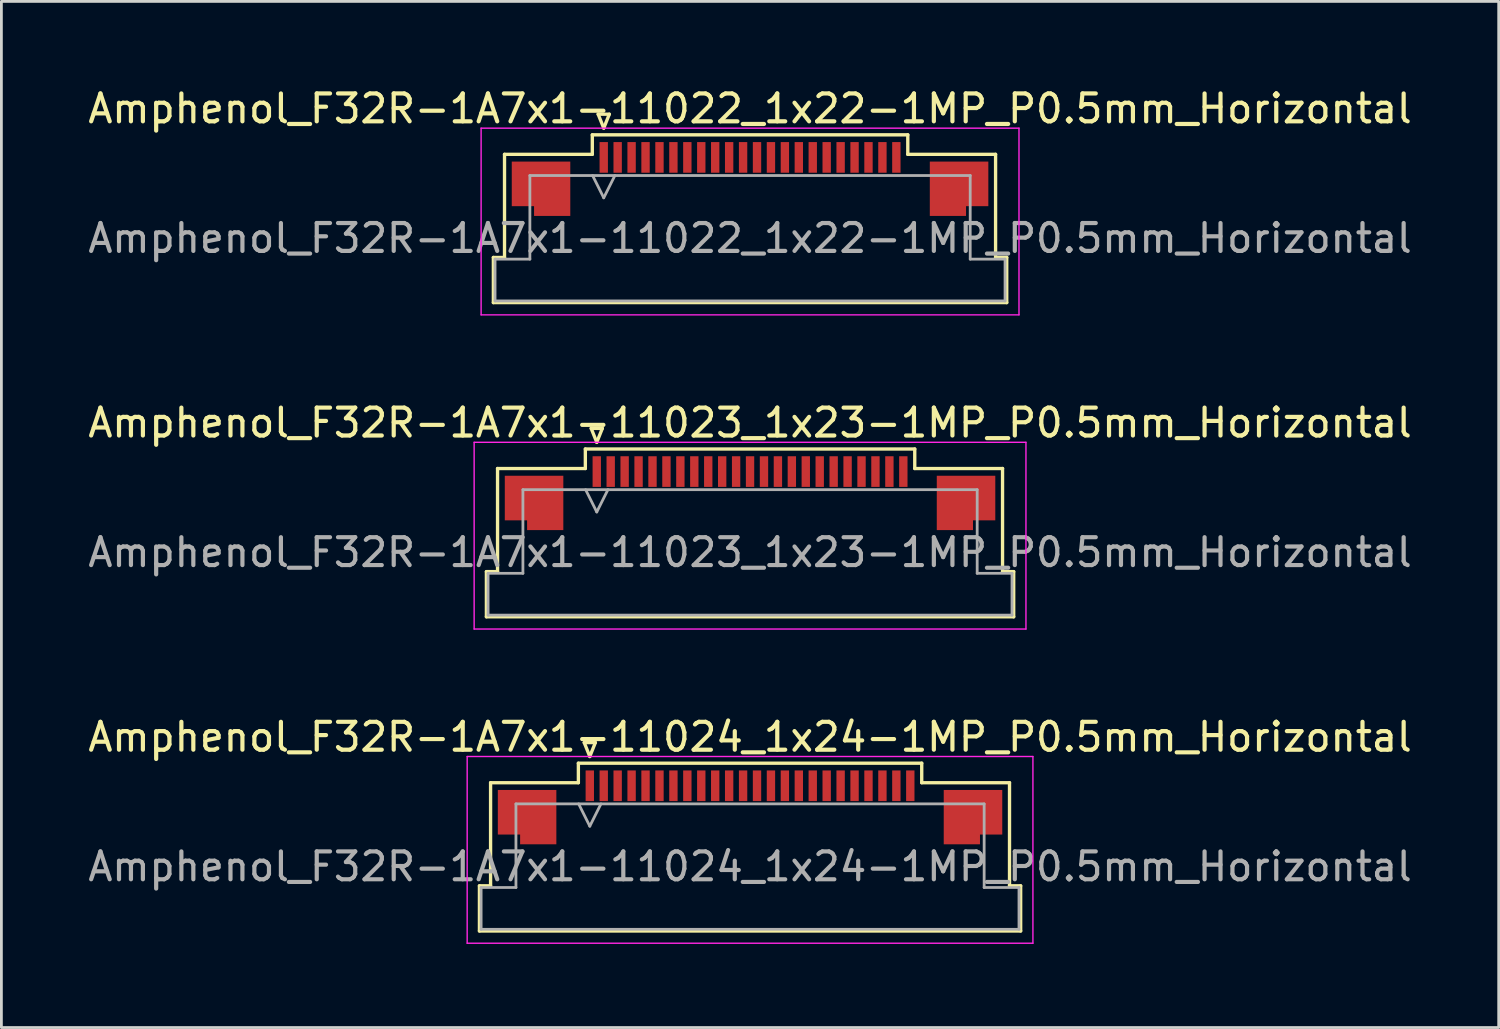
<source format=kicad_pcb>
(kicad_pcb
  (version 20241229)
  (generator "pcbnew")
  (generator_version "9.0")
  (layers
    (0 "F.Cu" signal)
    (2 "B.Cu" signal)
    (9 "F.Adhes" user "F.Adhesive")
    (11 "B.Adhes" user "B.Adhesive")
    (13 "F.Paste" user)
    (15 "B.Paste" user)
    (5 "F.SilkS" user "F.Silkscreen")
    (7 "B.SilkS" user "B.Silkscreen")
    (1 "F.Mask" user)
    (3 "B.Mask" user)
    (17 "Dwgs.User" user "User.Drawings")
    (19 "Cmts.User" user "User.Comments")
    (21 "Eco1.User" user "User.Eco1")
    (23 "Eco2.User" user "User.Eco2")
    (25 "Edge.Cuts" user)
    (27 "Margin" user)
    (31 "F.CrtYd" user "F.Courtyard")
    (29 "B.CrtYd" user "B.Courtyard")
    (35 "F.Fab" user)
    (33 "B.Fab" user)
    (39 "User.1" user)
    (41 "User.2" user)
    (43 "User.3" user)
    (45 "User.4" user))
  (footprint "Amphenol_F32R-1A7x1-11022_1x22-1MP_P0.5mm_Horizontal"
    (layer "F.Cu")
    (at 23.863 5.498)
    (property "Reference" "Amphenol_F32R-1A7x1-11022_1x22-1MP_P0.5mm_Horizontal" (at 0 -4.65 0) (layer "F.SilkS") (effects (font (size 1 1) (thickness 0.15))))
    (attr smd)
    (fp_line (start -9.21 0.69) (end -8.81 0.69) (stroke (width 0.12) (type solid)) (layer "F.SilkS"))
    (fp_line (start -9.21 2.31) (end -9.21 0.69) (stroke (width 0.12) (type solid)) (layer "F.SilkS"))
    (fp_line (start -8.81 -3.01) (end -5.66 -3.01) (stroke (width 0.12) (type solid)) (layer "F.SilkS"))
    (fp_line (start -8.81 0.69) (end -8.81 -3.01) (stroke (width 0.12) (type solid)) (layer "F.SilkS"))
    (fp_line (start -5.66 -3.71) (end 5.66 -3.71) (stroke (width 0.12) (type solid)) (layer "F.SilkS"))
    (fp_line (start -5.66 -3.01) (end -5.66 -3.71) (stroke (width 0.12) (type solid)) (layer "F.SilkS"))
    (fp_line (start -5.45 -4.45) (end -5.25 -3.95) (stroke (width 0.12) (type solid)) (layer "F.SilkS"))
    (fp_line (start -5.25 -3.95) (end -5.05 -4.45) (stroke (width 0.12) (type solid)) (layer "F.SilkS"))
    (fp_line (start -5.05 -4.45) (end -5.45 -4.45) (stroke (width 0.12) (type solid)) (layer "F.SilkS"))
    (fp_line (start 5.66 -3.71) (end 5.66 -3.01) (stroke (width 0.12) (type solid)) (layer "F.SilkS"))
    (fp_line (start 5.66 -3.01) (end 8.81 -3.01) (stroke (width 0.12) (type solid)) (layer "F.SilkS"))
    (fp_line (start 8.81 -3.01) (end 8.81 0.69) (stroke (width 0.12) (type solid)) (layer "F.SilkS"))
    (fp_line (start 8.81 0.69) (end 9.21 0.69) (stroke (width 0.12) (type solid)) (layer "F.SilkS"))
    (fp_line (start 9.21 0.69) (end 9.21 2.31) (stroke (width 0.12) (type solid)) (layer "F.SilkS"))
    (fp_line (start 9.21 2.31) (end -9.21 2.31) (stroke (width 0.12) (type solid)) (layer "F.SilkS"))
    (fp_line (start -9.65 -3.95) (end -9.65 2.75) (stroke (width 0.05) (type solid)) (layer "F.CrtYd"))
    (fp_line (start -9.65 2.75) (end 9.65 2.75) (stroke (width 0.05) (type solid)) (layer "F.CrtYd"))
    (fp_line (start 9.65 -3.95) (end -9.65 -3.95) (stroke (width 0.05) (type solid)) (layer "F.CrtYd"))
    (fp_line (start 9.65 2.75) (end 9.65 -3.95) (stroke (width 0.05) (type solid)) (layer "F.CrtYd"))
    (fp_line (start -9.15 0.75) (end -7.9 0.75) (stroke (width 0.1) (type solid)) (layer "F.Fab"))
    (fp_line (start -9.15 2.25) (end -9.15 0.75) (stroke (width 0.1) (type solid)) (layer "F.Fab"))
    (fp_line (start -7.9 -2.25) (end 7.9 -2.25) (stroke (width 0.1) (type solid)) (layer "F.Fab"))
    (fp_line (start -7.9 0.75) (end -7.9 -2.25) (stroke (width 0.1) (type solid)) (layer "F.Fab"))
    (fp_line (start -5.65 -2.25) (end -5.25 -1.45) (stroke (width 0.1) (type solid)) (layer "F.Fab"))
    (fp_line (start -5.25 -1.45) (end -4.85 -2.25) (stroke (width 0.1) (type solid)) (layer "F.Fab"))
    (fp_line (start 7.9 -2.25) (end 7.9 0.75) (stroke (width 0.1) (type solid)) (layer "F.Fab"))
    (fp_line (start 7.9 0.75) (end 9.15 0.75) (stroke (width 0.1) (type solid)) (layer "F.Fab"))
    (fp_line (start 9.15 0.75) (end 9.15 2.25) (stroke (width 0.1) (type solid)) (layer "F.Fab"))
    (fp_line (start 9.15 2.25) (end -9.15 2.25) (stroke (width 0.1) (type solid)) (layer "F.Fab"))
    (fp_text user "${REFERENCE}" (at 0 0 0) (layer "F.Fab") (effects (font (size 1 1) (thickness 0.15))))
    (pad "1" smd rect (at -5.25 -2.9) (size 0.3 1.1) (layers "F.Cu" "F.Mask" "F.Paste"))
    (pad "2" smd rect (at -4.75 -2.9) (size 0.3 1.1) (layers "F.Cu" "F.Mask" "F.Paste"))
    (pad "3" smd rect (at -4.25 -2.9) (size 0.3 1.1) (layers "F.Cu" "F.Mask" "F.Paste"))
    (pad "4" smd rect (at -3.75 -2.9) (size 0.3 1.1) (layers "F.Cu" "F.Mask" "F.Paste"))
    (pad "5" smd rect (at -3.25 -2.9) (size 0.3 1.1) (layers "F.Cu" "F.Mask" "F.Paste"))
    (pad "6" smd rect (at -2.75 -2.9) (size 0.3 1.1) (layers "F.Cu" "F.Mask" "F.Paste"))
    (pad "7" smd rect (at -2.25 -2.9) (size 0.3 1.1) (layers "F.Cu" "F.Mask" "F.Paste"))
    (pad "8" smd rect (at -1.75 -2.9) (size 0.3 1.1) (layers "F.Cu" "F.Mask" "F.Paste"))
    (pad "9" smd rect (at -1.25 -2.9) (size 0.3 1.1) (layers "F.Cu" "F.Mask" "F.Paste"))
    (pad "10" smd rect (at -0.75 -2.9) (size 0.3 1.1) (layers "F.Cu" "F.Mask" "F.Paste"))
    (pad "11" smd rect (at -0.25 -2.9) (size 0.3 1.1) (layers "F.Cu" "F.Mask" "F.Paste"))
    (pad "12" smd rect (at 0.25 -2.9) (size 0.3 1.1) (layers "F.Cu" "F.Mask" "F.Paste"))
    (pad "13" smd rect (at 0.75 -2.9) (size 0.3 1.1) (layers "F.Cu" "F.Mask" "F.Paste"))
    (pad "14" smd rect (at 1.25 -2.9) (size 0.3 1.1) (layers "F.Cu" "F.Mask" "F.Paste"))
    (pad "15" smd rect (at 1.75 -2.9) (size 0.3 1.1) (layers "F.Cu" "F.Mask" "F.Paste"))
    (pad "16" smd rect (at 2.25 -2.9) (size 0.3 1.1) (layers "F.Cu" "F.Mask" "F.Paste"))
    (pad "17" smd rect (at 2.75 -2.9) (size 0.3 1.1) (layers "F.Cu" "F.Mask" "F.Paste"))
    (pad "18" smd rect (at 3.25 -2.9) (size 0.3 1.1) (layers "F.Cu" "F.Mask" "F.Paste"))
    (pad "19" smd rect (at 3.75 -2.9) (size 0.3 1.1) (layers "F.Cu" "F.Mask" "F.Paste"))
    (pad "20" smd rect (at 4.25 -2.9) (size 0.3 1.1) (layers "F.Cu" "F.Mask" "F.Paste"))
    (pad "21" smd rect (at 4.75 -2.9) (size 0.3 1.1) (layers "F.Cu" "F.Mask" "F.Paste"))
    (pad "22" smd rect (at 5.25 -2.9) (size 0.3 1.1) (layers "F.Cu" "F.Mask" "F.Paste"))
    (pad "MP" smd custom (at -7.5 -1.775) (size 1 1) (layers "F.Cu" "F.Mask" "F.Paste") (options (anchor circle)) (primitives (gr_poly (pts (xy 1.05 -0.975) (xy 1.05 0.975) (xy -0.25 0.975) (xy -0.25 0.625) (xy -1.05 0.625) (xy -1.05 -0.975) (xy 1.05 -0.975)) (width 0) (fill yes))))
    (pad "MP" smd custom (at 7.5 -1.775) (size 1 1) (layers "F.Cu" "F.Mask" "F.Paste") (options (anchor circle)) (primitives (gr_poly (pts (xy -1.05 -0.975) (xy -1.05 0.975) (xy 0.25 0.975) (xy 0.25 0.625) (xy 1.05 0.625) (xy 1.05 -0.975) (xy -1.05 -0.975)) (width 0) (fill yes)))))
  (footprint "Amphenol_F32R-1A7x1-11023_1x23-1MP_P0.5mm_Horizontal"
    (layer "F.Cu")
    (at 23.863 16.771)
    (property "Reference" "Amphenol_F32R-1A7x1-11023_1x23-1MP_P0.5mm_Horizontal" (at 0 -4.65 0) (layer "F.SilkS") (effects (font (size 1 1) (thickness 0.15))))
    (attr smd)
    (fp_line (start -9.46 0.69) (end -9.06 0.69) (stroke (width 0.12) (type solid)) (layer "F.SilkS"))
    (fp_line (start -9.46 2.31) (end -9.46 0.69) (stroke (width 0.12) (type solid)) (layer "F.SilkS"))
    (fp_line (start -9.06 -3.01) (end -5.91 -3.01) (stroke (width 0.12) (type solid)) (layer "F.SilkS"))
    (fp_line (start -9.06 0.69) (end -9.06 -3.01) (stroke (width 0.12) (type solid)) (layer "F.SilkS"))
    (fp_line (start -5.91 -3.71) (end 5.91 -3.71) (stroke (width 0.12) (type solid)) (layer "F.SilkS"))
    (fp_line (start -5.91 -3.01) (end -5.91 -3.71) (stroke (width 0.12) (type solid)) (layer "F.SilkS"))
    (fp_line (start -5.7 -4.45) (end -5.5 -3.95) (stroke (width 0.12) (type solid)) (layer "F.SilkS"))
    (fp_line (start -5.5 -3.95) (end -5.3 -4.45) (stroke (width 0.12) (type solid)) (layer "F.SilkS"))
    (fp_line (start -5.3 -4.45) (end -5.7 -4.45) (stroke (width 0.12) (type solid)) (layer "F.SilkS"))
    (fp_line (start 5.91 -3.71) (end 5.91 -3.01) (stroke (width 0.12) (type solid)) (layer "F.SilkS"))
    (fp_line (start 5.91 -3.01) (end 9.06 -3.01) (stroke (width 0.12) (type solid)) (layer "F.SilkS"))
    (fp_line (start 9.06 -3.01) (end 9.06 0.69) (stroke (width 0.12) (type solid)) (layer "F.SilkS"))
    (fp_line (start 9.06 0.69) (end 9.46 0.69) (stroke (width 0.12) (type solid)) (layer "F.SilkS"))
    (fp_line (start 9.46 0.69) (end 9.46 2.31) (stroke (width 0.12) (type solid)) (layer "F.SilkS"))
    (fp_line (start 9.46 2.31) (end -9.46 2.31) (stroke (width 0.12) (type solid)) (layer "F.SilkS"))
    (fp_line (start -9.9 -3.95) (end -9.9 2.75) (stroke (width 0.05) (type solid)) (layer "F.CrtYd"))
    (fp_line (start -9.9 2.75) (end 9.9 2.75) (stroke (width 0.05) (type solid)) (layer "F.CrtYd"))
    (fp_line (start 9.9 -3.95) (end -9.9 -3.95) (stroke (width 0.05) (type solid)) (layer "F.CrtYd"))
    (fp_line (start 9.9 2.75) (end 9.9 -3.95) (stroke (width 0.05) (type solid)) (layer "F.CrtYd"))
    (fp_line (start -9.4 0.75) (end -8.15 0.75) (stroke (width 0.1) (type solid)) (layer "F.Fab"))
    (fp_line (start -9.4 2.25) (end -9.4 0.75) (stroke (width 0.1) (type solid)) (layer "F.Fab"))
    (fp_line (start -8.15 -2.25) (end 8.15 -2.25) (stroke (width 0.1) (type solid)) (layer "F.Fab"))
    (fp_line (start -8.15 0.75) (end -8.15 -2.25) (stroke (width 0.1) (type solid)) (layer "F.Fab"))
    (fp_line (start -5.9 -2.25) (end -5.5 -1.45) (stroke (width 0.1) (type solid)) (layer "F.Fab"))
    (fp_line (start -5.5 -1.45) (end -5.1 -2.25) (stroke (width 0.1) (type solid)) (layer "F.Fab"))
    (fp_line (start 8.15 -2.25) (end 8.15 0.75) (stroke (width 0.1) (type solid)) (layer "F.Fab"))
    (fp_line (start 8.15 0.75) (end 9.4 0.75) (stroke (width 0.1) (type solid)) (layer "F.Fab"))
    (fp_line (start 9.4 0.75) (end 9.4 2.25) (stroke (width 0.1) (type solid)) (layer "F.Fab"))
    (fp_line (start 9.4 2.25) (end -9.4 2.25) (stroke (width 0.1) (type solid)) (layer "F.Fab"))
    (fp_text user "${REFERENCE}" (at 0 0 0) (layer "F.Fab") (effects (font (size 1 1) (thickness 0.15))))
    (pad "1" smd rect (at -5.5 -2.9) (size 0.3 1.1) (layers "F.Cu" "F.Mask" "F.Paste"))
    (pad "2" smd rect (at -5 -2.9) (size 0.3 1.1) (layers "F.Cu" "F.Mask" "F.Paste"))
    (pad "3" smd rect (at -4.5 -2.9) (size 0.3 1.1) (layers "F.Cu" "F.Mask" "F.Paste"))
    (pad "4" smd rect (at -4 -2.9) (size 0.3 1.1) (layers "F.Cu" "F.Mask" "F.Paste"))
    (pad "5" smd rect (at -3.5 -2.9) (size 0.3 1.1) (layers "F.Cu" "F.Mask" "F.Paste"))
    (pad "6" smd rect (at -3 -2.9) (size 0.3 1.1) (layers "F.Cu" "F.Mask" "F.Paste"))
    (pad "7" smd rect (at -2.5 -2.9) (size 0.3 1.1) (layers "F.Cu" "F.Mask" "F.Paste"))
    (pad "8" smd rect (at -2 -2.9) (size 0.3 1.1) (layers "F.Cu" "F.Mask" "F.Paste"))
    (pad "9" smd rect (at -1.5 -2.9) (size 0.3 1.1) (layers "F.Cu" "F.Mask" "F.Paste"))
    (pad "10" smd rect (at -1 -2.9) (size 0.3 1.1) (layers "F.Cu" "F.Mask" "F.Paste"))
    (pad "11" smd rect (at -0.5 -2.9) (size 0.3 1.1) (layers "F.Cu" "F.Mask" "F.Paste"))
    (pad "12" smd rect (at 0 -2.9) (size 0.3 1.1) (layers "F.Cu" "F.Mask" "F.Paste"))
    (pad "13" smd rect (at 0.5 -2.9) (size 0.3 1.1) (layers "F.Cu" "F.Mask" "F.Paste"))
    (pad "14" smd rect (at 1 -2.9) (size 0.3 1.1) (layers "F.Cu" "F.Mask" "F.Paste"))
    (pad "15" smd rect (at 1.5 -2.9) (size 0.3 1.1) (layers "F.Cu" "F.Mask" "F.Paste"))
    (pad "16" smd rect (at 2 -2.9) (size 0.3 1.1) (layers "F.Cu" "F.Mask" "F.Paste"))
    (pad "17" smd rect (at 2.5 -2.9) (size 0.3 1.1) (layers "F.Cu" "F.Mask" "F.Paste"))
    (pad "18" smd rect (at 3 -2.9) (size 0.3 1.1) (layers "F.Cu" "F.Mask" "F.Paste"))
    (pad "19" smd rect (at 3.5 -2.9) (size 0.3 1.1) (layers "F.Cu" "F.Mask" "F.Paste"))
    (pad "20" smd rect (at 4 -2.9) (size 0.3 1.1) (layers "F.Cu" "F.Mask" "F.Paste"))
    (pad "21" smd rect (at 4.5 -2.9) (size 0.3 1.1) (layers "F.Cu" "F.Mask" "F.Paste"))
    (pad "22" smd rect (at 5 -2.9) (size 0.3 1.1) (layers "F.Cu" "F.Mask" "F.Paste"))
    (pad "23" smd rect (at 5.5 -2.9) (size 0.3 1.1) (layers "F.Cu" "F.Mask" "F.Paste"))
    (pad "MP" smd custom (at -7.75 -1.775) (size 1 1) (layers "F.Cu" "F.Mask" "F.Paste") (options (anchor circle)) (primitives (gr_poly (pts (xy 1.05 -0.975) (xy 1.05 0.975) (xy -0.25 0.975) (xy -0.25 0.625) (xy -1.05 0.625) (xy -1.05 -0.975) (xy 1.05 -0.975)) (width 0) (fill yes))))
    (pad "MP" smd custom (at 7.75 -1.775) (size 1 1) (layers "F.Cu" "F.Mask" "F.Paste") (options (anchor circle)) (primitives (gr_poly (pts (xy -1.05 -0.975) (xy -1.05 0.975) (xy 0.25 0.975) (xy 0.25 0.625) (xy 1.05 0.625) (xy 1.05 -0.975) (xy -1.05 -0.975)) (width 0) (fill yes)))))
  (footprint "Amphenol_F32R-1A7x1-11024_1x24-1MP_P0.5mm_Horizontal"
    (layer "F.Cu")
    (at 23.863 28.045)
    (property "Reference" "Amphenol_F32R-1A7x1-11024_1x24-1MP_P0.5mm_Horizontal" (at 0 -4.65 0) (layer "F.SilkS") (effects (font (size 1 1) (thickness 0.15))))
    (attr smd)
    (fp_line (start -9.71 0.69) (end -9.31 0.69) (stroke (width 0.12) (type solid)) (layer "F.SilkS"))
    (fp_line (start -9.71 2.31) (end -9.71 0.69) (stroke (width 0.12) (type solid)) (layer "F.SilkS"))
    (fp_line (start -9.31 -3.01) (end -6.16 -3.01) (stroke (width 0.12) (type solid)) (layer "F.SilkS"))
    (fp_line (start -9.31 0.69) (end -9.31 -3.01) (stroke (width 0.12) (type solid)) (layer "F.SilkS"))
    (fp_line (start -6.16 -3.71) (end 6.16 -3.71) (stroke (width 0.12) (type solid)) (layer "F.SilkS"))
    (fp_line (start -6.16 -3.01) (end -6.16 -3.71) (stroke (width 0.12) (type solid)) (layer "F.SilkS"))
    (fp_line (start -5.95 -4.45) (end -5.75 -3.95) (stroke (width 0.12) (type solid)) (layer "F.SilkS"))
    (fp_line (start -5.75 -3.95) (end -5.55 -4.45) (stroke (width 0.12) (type solid)) (layer "F.SilkS"))
    (fp_line (start -5.55 -4.45) (end -5.95 -4.45) (stroke (width 0.12) (type solid)) (layer "F.SilkS"))
    (fp_line (start 6.16 -3.71) (end 6.16 -3.01) (stroke (width 0.12) (type solid)) (layer "F.SilkS"))
    (fp_line (start 6.16 -3.01) (end 9.31 -3.01) (stroke (width 0.12) (type solid)) (layer "F.SilkS"))
    (fp_line (start 9.31 -3.01) (end 9.31 0.69) (stroke (width 0.12) (type solid)) (layer "F.SilkS"))
    (fp_line (start 9.31 0.69) (end 9.71 0.69) (stroke (width 0.12) (type solid)) (layer "F.SilkS"))
    (fp_line (start 9.71 0.69) (end 9.71 2.31) (stroke (width 0.12) (type solid)) (layer "F.SilkS"))
    (fp_line (start 9.71 2.31) (end -9.71 2.31) (stroke (width 0.12) (type solid)) (layer "F.SilkS"))
    (fp_line (start -10.15 -3.95) (end -10.15 2.75) (stroke (width 0.05) (type solid)) (layer "F.CrtYd"))
    (fp_line (start -10.15 2.75) (end 10.15 2.75) (stroke (width 0.05) (type solid)) (layer "F.CrtYd"))
    (fp_line (start 10.15 -3.95) (end -10.15 -3.95) (stroke (width 0.05) (type solid)) (layer "F.CrtYd"))
    (fp_line (start 10.15 2.75) (end 10.15 -3.95) (stroke (width 0.05) (type solid)) (layer "F.CrtYd"))
    (fp_line (start -9.65 0.75) (end -8.4 0.75) (stroke (width 0.1) (type solid)) (layer "F.Fab"))
    (fp_line (start -9.65 2.25) (end -9.65 0.75) (stroke (width 0.1) (type solid)) (layer "F.Fab"))
    (fp_line (start -8.4 -2.25) (end 8.4 -2.25) (stroke (width 0.1) (type solid)) (layer "F.Fab"))
    (fp_line (start -8.4 0.75) (end -8.4 -2.25) (stroke (width 0.1) (type solid)) (layer "F.Fab"))
    (fp_line (start -6.15 -2.25) (end -5.75 -1.45) (stroke (width 0.1) (type solid)) (layer "F.Fab"))
    (fp_line (start -5.75 -1.45) (end -5.35 -2.25) (stroke (width 0.1) (type solid)) (layer "F.Fab"))
    (fp_line (start 8.4 -2.25) (end 8.4 0.75) (stroke (width 0.1) (type solid)) (layer "F.Fab"))
    (fp_line (start 8.4 0.75) (end 9.65 0.75) (stroke (width 0.1) (type solid)) (layer "F.Fab"))
    (fp_line (start 9.65 0.75) (end 9.65 2.25) (stroke (width 0.1) (type solid)) (layer "F.Fab"))
    (fp_line (start 9.65 2.25) (end -9.65 2.25) (stroke (width 0.1) (type solid)) (layer "F.Fab"))
    (fp_text user "${REFERENCE}" (at 0 0 0) (layer "F.Fab") (effects (font (size 1 1) (thickness 0.15))))
    (pad "1" smd rect (at -5.75 -2.9) (size 0.3 1.1) (layers "F.Cu" "F.Mask" "F.Paste"))
    (pad "2" smd rect (at -5.25 -2.9) (size 0.3 1.1) (layers "F.Cu" "F.Mask" "F.Paste"))
    (pad "3" smd rect (at -4.75 -2.9) (size 0.3 1.1) (layers "F.Cu" "F.Mask" "F.Paste"))
    (pad "4" smd rect (at -4.25 -2.9) (size 0.3 1.1) (layers "F.Cu" "F.Mask" "F.Paste"))
    (pad "5" smd rect (at -3.75 -2.9) (size 0.3 1.1) (layers "F.Cu" "F.Mask" "F.Paste"))
    (pad "6" smd rect (at -3.25 -2.9) (size 0.3 1.1) (layers "F.Cu" "F.Mask" "F.Paste"))
    (pad "7" smd rect (at -2.75 -2.9) (size 0.3 1.1) (layers "F.Cu" "F.Mask" "F.Paste"))
    (pad "8" smd rect (at -2.25 -2.9) (size 0.3 1.1) (layers "F.Cu" "F.Mask" "F.Paste"))
    (pad "9" smd rect (at -1.75 -2.9) (size 0.3 1.1) (layers "F.Cu" "F.Mask" "F.Paste"))
    (pad "10" smd rect (at -1.25 -2.9) (size 0.3 1.1) (layers "F.Cu" "F.Mask" "F.Paste"))
    (pad "11" smd rect (at -0.75 -2.9) (size 0.3 1.1) (layers "F.Cu" "F.Mask" "F.Paste"))
    (pad "12" smd rect (at -0.25 -2.9) (size 0.3 1.1) (layers "F.Cu" "F.Mask" "F.Paste"))
    (pad "13" smd rect (at 0.25 -2.9) (size 0.3 1.1) (layers "F.Cu" "F.Mask" "F.Paste"))
    (pad "14" smd rect (at 0.75 -2.9) (size 0.3 1.1) (layers "F.Cu" "F.Mask" "F.Paste"))
    (pad "15" smd rect (at 1.25 -2.9) (size 0.3 1.1) (layers "F.Cu" "F.Mask" "F.Paste"))
    (pad "16" smd rect (at 1.75 -2.9) (size 0.3 1.1) (layers "F.Cu" "F.Mask" "F.Paste"))
    (pad "17" smd rect (at 2.25 -2.9) (size 0.3 1.1) (layers "F.Cu" "F.Mask" "F.Paste"))
    (pad "18" smd rect (at 2.75 -2.9) (size 0.3 1.1) (layers "F.Cu" "F.Mask" "F.Paste"))
    (pad "19" smd rect (at 3.25 -2.9) (size 0.3 1.1) (layers "F.Cu" "F.Mask" "F.Paste"))
    (pad "20" smd rect (at 3.75 -2.9) (size 0.3 1.1) (layers "F.Cu" "F.Mask" "F.Paste"))
    (pad "21" smd rect (at 4.25 -2.9) (size 0.3 1.1) (layers "F.Cu" "F.Mask" "F.Paste"))
    (pad "22" smd rect (at 4.75 -2.9) (size 0.3 1.1) (layers "F.Cu" "F.Mask" "F.Paste"))
    (pad "23" smd rect (at 5.25 -2.9) (size 0.3 1.1) (layers "F.Cu" "F.Mask" "F.Paste"))
    (pad "24" smd rect (at 5.75 -2.9) (size 0.3 1.1) (layers "F.Cu" "F.Mask" "F.Paste"))
    (pad "MP" smd custom (at -8 -1.775) (size 1 1) (layers "F.Cu" "F.Mask" "F.Paste") (options (anchor circle)) (primitives (gr_poly (pts (xy 1.05 -0.975) (xy 1.05 0.975) (xy -0.25 0.975) (xy -0.25 0.625) (xy -1.05 0.625) (xy -1.05 -0.975) (xy 1.05 -0.975)) (width 0) (fill yes))))
    (pad "MP" smd custom (at 8 -1.775) (size 1 1) (layers "F.Cu" "F.Mask" "F.Paste") (options (anchor circle)) (primitives (gr_poly (pts (xy -1.05 -0.975) (xy -1.05 0.975) (xy 0.25 0.975) (xy 0.25 0.625) (xy 1.05 0.625) (xy 1.05 -0.975) (xy -1.05 -0.975)) (width 0) (fill yes)))))
  (gr_rect
    (start -3 -3)
    (end 50.726 33.82)
    (stroke (width 0.1) (type default))
    (fill no)
    (layer "Edge.Cuts")))
</source>
